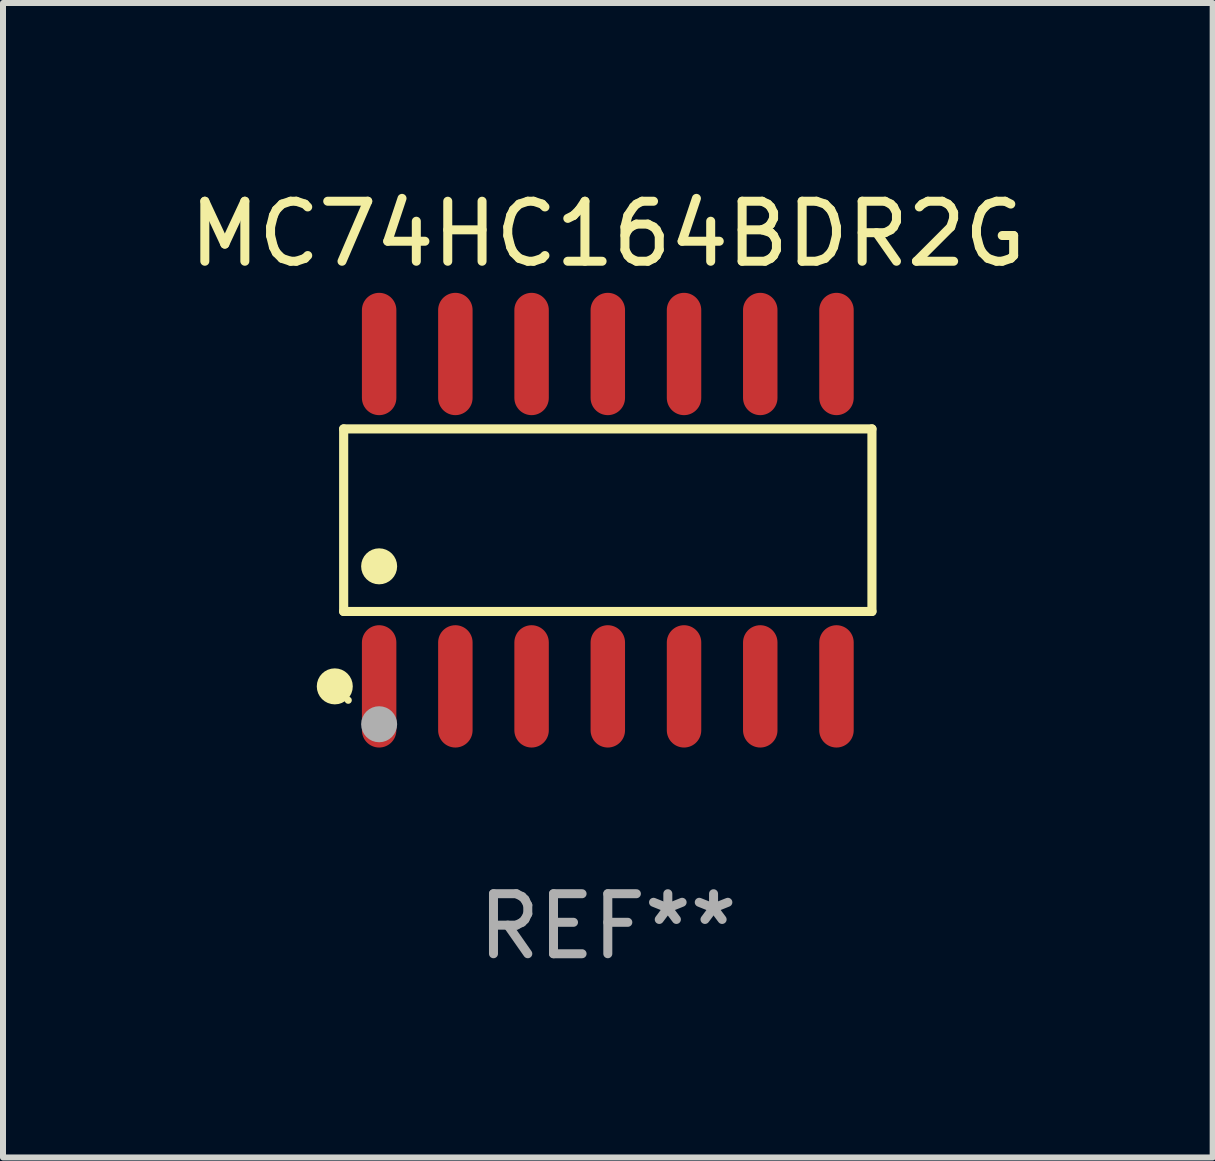
<source format=kicad_pcb>
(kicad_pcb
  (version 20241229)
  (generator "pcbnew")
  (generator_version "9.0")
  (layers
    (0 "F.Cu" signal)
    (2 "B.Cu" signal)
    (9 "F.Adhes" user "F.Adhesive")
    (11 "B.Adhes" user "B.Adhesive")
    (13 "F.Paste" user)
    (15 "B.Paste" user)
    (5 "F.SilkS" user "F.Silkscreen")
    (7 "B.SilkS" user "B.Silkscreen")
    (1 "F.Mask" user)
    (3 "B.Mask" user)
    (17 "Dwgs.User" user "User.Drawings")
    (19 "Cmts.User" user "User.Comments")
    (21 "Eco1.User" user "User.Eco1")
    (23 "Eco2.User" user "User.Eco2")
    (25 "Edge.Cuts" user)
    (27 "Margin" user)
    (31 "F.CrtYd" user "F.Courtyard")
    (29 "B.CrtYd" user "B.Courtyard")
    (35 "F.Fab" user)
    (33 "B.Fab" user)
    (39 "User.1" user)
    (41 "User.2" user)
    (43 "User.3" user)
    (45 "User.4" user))
  (footprint "MC74HC164BDR2G"
    (layer "F.Cu")
    (at 7.077 5.617)
    (property "Reference" "MC74HC164BDR2G" (at 0 -4.769 0) (layer "F.SilkS") (effects (font (size 1 1) (thickness 0.15))))
    (attr through_hole)
    (fp_line (start -4.401 -1.521) (end 4.401 -1.521) (stroke (width 0.152) (type solid)) (layer "F.SilkS"))
    (fp_line (start -4.401 1.521) (end -4.401 -1.521) (stroke (width 0.152) (type solid)) (layer "F.SilkS"))
    (fp_line (start 4.401 -1.521) (end 4.401 1.521) (stroke (width 0.152) (type solid)) (layer "F.SilkS"))
    (fp_line (start 4.401 1.521) (end -4.401 1.521) (stroke (width 0.152) (type solid)) (layer "F.SilkS"))
    (fp_circle (center -4.549 2.769) (end -4.399 2.769) (stroke (width 0.3) (type solid)) (fill no) (layer "F.SilkS"))
    (fp_circle (center -4.325 3) (end -4.295 3) (stroke (width 0.06) (type solid)) (fill no) (layer "F.SilkS"))
    (fp_circle (center -3.81 0.769) (end -3.66 0.769) (stroke (width 0.3) (type solid)) (fill no) (layer "F.SilkS"))
    (fp_circle (center -3.81 3.4) (end -3.66 3.4) (stroke (width 0.3) (type solid)) (fill no) (layer "F.Fab"))
    (fp_text user "REF**" (at 0 6.769 0) (layer "F.Fab") (effects (font (size 1 1) (thickness 0.15))))
    (pad "1" smd oval (at -3.81 2.769) (size 0.574 2.038) (layers "F.Cu" "F.Mask" "F.Paste"))
    (pad "2" smd oval (at -2.54 2.769) (size 0.574 2.038) (layers "F.Cu" "F.Mask" "F.Paste"))
    (pad "3" smd oval (at -1.27 2.769) (size 0.574 2.038) (layers "F.Cu" "F.Mask" "F.Paste"))
    (pad "4" smd oval (at 0 2.769) (size 0.574 2.038) (layers "F.Cu" "F.Mask" "F.Paste"))
    (pad "5" smd oval (at 1.27 2.769) (size 0.574 2.038) (layers "F.Cu" "F.Mask" "F.Paste"))
    (pad "6" smd oval (at 2.54 2.769) (size 0.574 2.038) (layers "F.Cu" "F.Mask" "F.Paste"))
    (pad "7" smd oval (at 3.81 2.769) (size 0.574 2.038) (layers "F.Cu" "F.Mask" "F.Paste"))
    (pad "8" smd oval (at 3.81 -2.769) (size 0.574 2.038) (layers "F.Cu" "F.Mask" "F.Paste"))
    (pad "9" smd oval (at 2.54 -2.769) (size 0.574 2.038) (layers "F.Cu" "F.Mask" "F.Paste"))
    (pad "10" smd oval (at 1.27 -2.769) (size 0.574 2.038) (layers "F.Cu" "F.Mask" "F.Paste"))
    (pad "11" smd oval (at 0 -2.769) (size 0.574 2.038) (layers "F.Cu" "F.Mask" "F.Paste"))
    (pad "12" smd oval (at -1.27 -2.769) (size 0.574 2.038) (layers "F.Cu" "F.Mask" "F.Paste"))
    (pad "13" smd oval (at -2.54 -2.769) (size 0.574 2.038) (layers "F.Cu" "F.Mask" "F.Paste"))
    (pad "14" smd oval (at -3.81 -2.769) (size 0.574 2.038) (layers "F.Cu" "F.Mask" "F.Paste")))
  (gr_rect
    (start -3 -3)
    (end 17.155 16.235)
    (stroke (width 0.1) (type default))
    (fill no)
    (layer "Edge.Cuts")))
</source>
